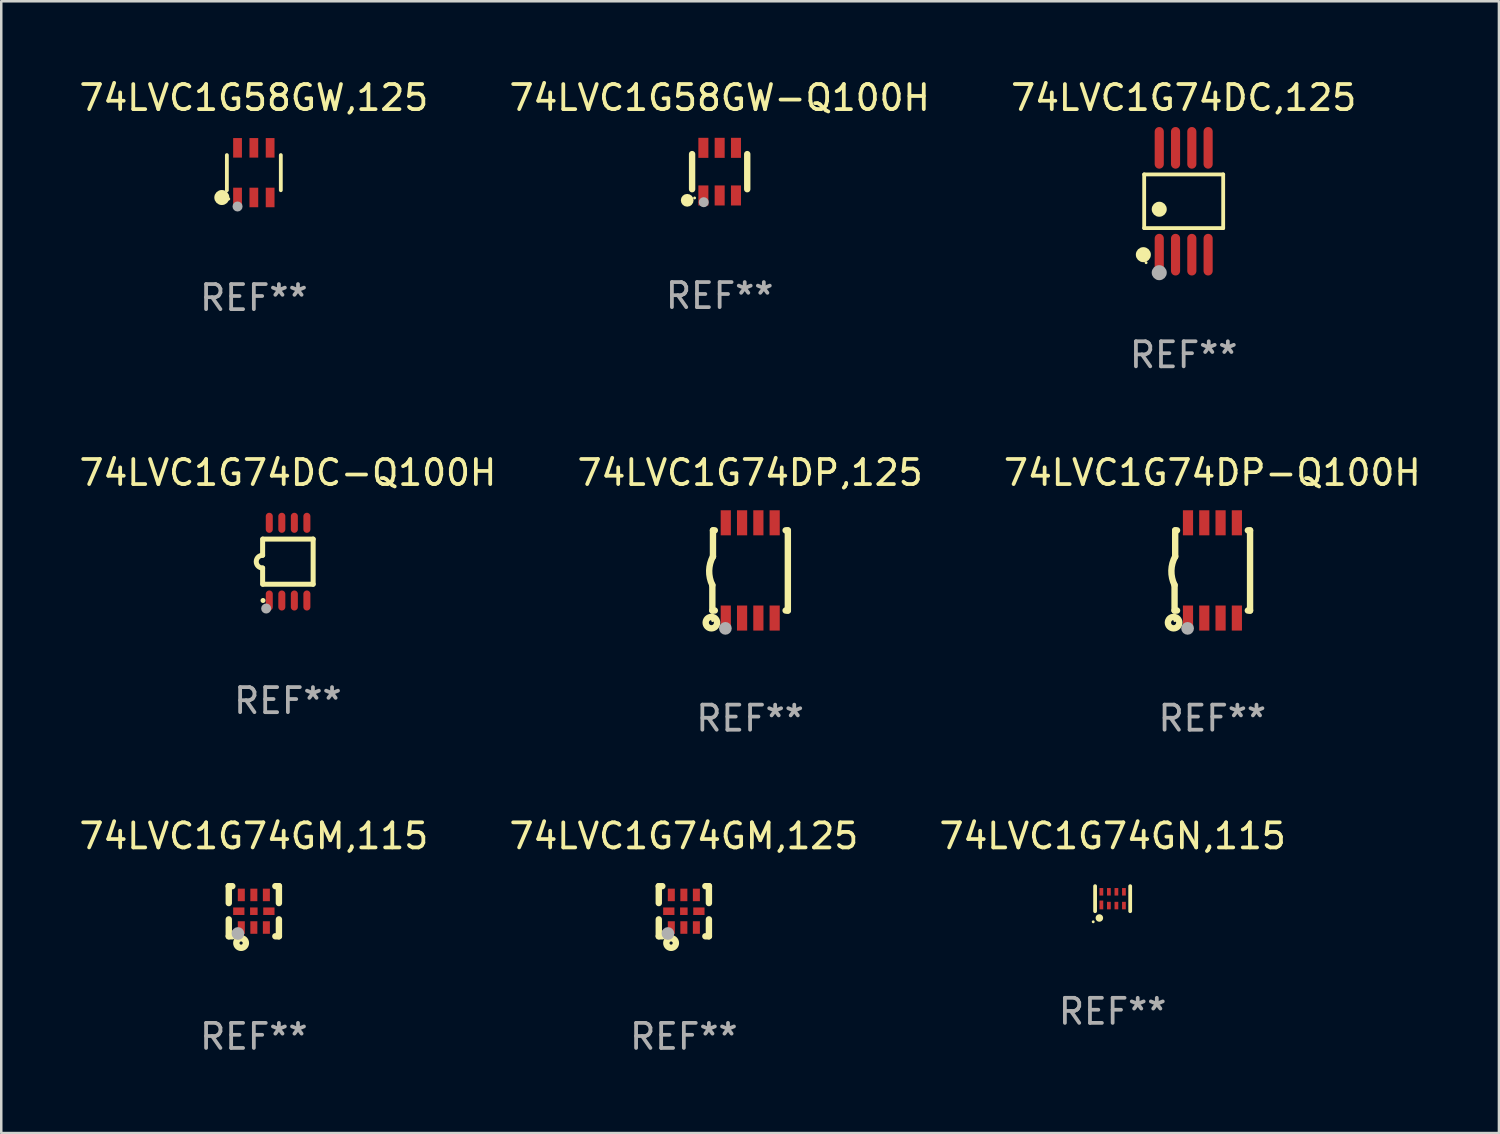
<source format=kicad_pcb>
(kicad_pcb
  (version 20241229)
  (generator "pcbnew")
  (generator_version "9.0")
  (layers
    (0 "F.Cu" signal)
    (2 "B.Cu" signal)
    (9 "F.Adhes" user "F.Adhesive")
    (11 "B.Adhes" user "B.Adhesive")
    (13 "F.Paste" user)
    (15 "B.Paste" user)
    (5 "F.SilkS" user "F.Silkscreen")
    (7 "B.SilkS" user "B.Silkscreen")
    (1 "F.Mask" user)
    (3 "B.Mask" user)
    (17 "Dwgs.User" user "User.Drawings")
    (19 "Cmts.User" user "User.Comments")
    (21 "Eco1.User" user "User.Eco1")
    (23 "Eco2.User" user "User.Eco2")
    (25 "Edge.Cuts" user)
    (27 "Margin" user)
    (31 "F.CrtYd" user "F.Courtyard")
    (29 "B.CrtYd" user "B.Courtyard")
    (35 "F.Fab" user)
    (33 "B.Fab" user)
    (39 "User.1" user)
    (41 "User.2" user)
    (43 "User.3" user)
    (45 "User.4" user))
  (footprint "74LVC1G74DC,125"
    (layer "F.Cu")
    (at 44.173 4.979)
    (property "Reference" "74LVC1G74DC,125" (at 0 -4.131 0) (layer "F.SilkS") (effects (font (size 1 1) (thickness 0.15))))
    (attr through_hole)
    (fp_line (start -1.576 -1.071) (end 1.576 -1.071) (stroke (width 0.152) (type solid)) (layer "F.SilkS"))
    (fp_line (start -1.576 1.071) (end -1.576 -1.071) (stroke (width 0.152) (type solid)) (layer "F.SilkS"))
    (fp_line (start 1.576 -1.071) (end 1.576 1.071) (stroke (width 0.152) (type solid)) (layer "F.SilkS"))
    (fp_line (start 1.576 1.071) (end -1.576 1.071) (stroke (width 0.152) (type solid)) (layer "F.SilkS"))
    (fp_circle (center -1.609 2.131) (end -1.459 2.131) (stroke (width 0.3) (type solid)) (fill no) (layer "F.SilkS"))
    (fp_circle (center -1.5 2.45) (end -1.47 2.45) (stroke (width 0.06) (type solid)) (fill no) (layer "F.SilkS"))
    (fp_circle (center -0.975 0.319) (end -0.825 0.319) (stroke (width 0.3) (type solid)) (fill no) (layer "F.SilkS"))
    (fp_circle (center -0.975 2.85) (end -0.825 2.85) (stroke (width 0.3) (type solid)) (fill no) (layer "F.Fab"))
    (fp_text user "REF**" (at 0 6.131 0) (layer "F.Fab") (effects (font (size 1 1) (thickness 0.15))))
    (pad "1" smd oval (at -0.975 2.131) (size 0.364 1.662) (layers "F.Cu" "F.Mask" "F.Paste"))
    (pad "2" smd oval (at -0.325 2.131) (size 0.364 1.662) (layers "F.Cu" "F.Mask" "F.Paste"))
    (pad "3" smd oval (at 0.325 2.131) (size 0.364 1.662) (layers "F.Cu" "F.Mask" "F.Paste"))
    (pad "4" smd oval (at 0.975 2.131) (size 0.364 1.662) (layers "F.Cu" "F.Mask" "F.Paste"))
    (pad "5" smd oval (at 0.975 -2.131) (size 0.364 1.662) (layers "F.Cu" "F.Mask" "F.Paste"))
    (pad "6" smd oval (at 0.325 -2.131) (size 0.364 1.662) (layers "F.Cu" "F.Mask" "F.Paste"))
    (pad "7" smd oval (at -0.325 -2.131) (size 0.364 1.662) (layers "F.Cu" "F.Mask" "F.Paste"))
    (pad "8" smd oval (at -0.975 -2.131) (size 0.364 1.662) (layers "F.Cu" "F.Mask" "F.Paste")))
  (footprint "74LVC1G74GN,115"
    (layer "F.Cu")
    (at 41.339 32.803)
    (property "Reference" "74LVC1G74GN,115" (at 0 -2.5 0) (layer "F.SilkS") (effects (font (size 1 1) (thickness 0.15))))
    (attr through_hole)
    (fp_line (start -0.7 -0.5) (end -0.7 0.5) (stroke (width 0.15) (type solid)) (layer "F.SilkS"))
    (fp_line (start 0.7 -0.5) (end 0.7 0.5) (stroke (width 0.15) (type solid)) (layer "F.SilkS"))
    (fp_circle (center -0.775 0.922) (end -0.745 0.922) (stroke (width 0.06) (type solid)) (fill no) (layer "F.SilkS"))
    (fp_circle (center -0.53 0.77) (end -0.454 0.77) (stroke (width 0.15) (type solid)) (fill no) (layer "F.SilkS"))
    (fp_text user "REF**" (at 0 4.5 0) (layer "F.Fab") (effects (font (size 1 1) (thickness 0.15))))
    (pad "1" smd rect (at -0.45 0.25) (size 0.15 0.35) (layers "F.Cu" "F.Mask" "F.Paste"))
    (pad "2" smd rect (at -0.15 0.275) (size 0.15 0.3) (layers "F.Cu" "F.Mask" "F.Paste"))
    (pad "3" smd rect (at 0.15 0.275) (size 0.15 0.3) (layers "F.Cu" "F.Mask" "F.Paste"))
    (pad "4" smd rect (at 0.45 0.275) (size 0.15 0.3) (layers "F.Cu" "F.Mask" "F.Paste"))
    (pad "5" smd rect (at 0.45 -0.275) (size 0.15 0.3) (layers "F.Cu" "F.Mask" "F.Paste"))
    (pad "6" smd rect (at 0.15 -0.275) (size 0.15 0.3) (layers "F.Cu" "F.Mask" "F.Paste"))
    (pad "7" smd rect (at -0.15 -0.275) (size 0.15 0.3) (layers "F.Cu" "F.Mask" "F.Paste"))
    (pad "8" smd rect (at -0.45 -0.275) (size 0.15 0.3) (layers "F.Cu" "F.Mask" "F.Paste")))
  (footprint "74LVC1G74DP-Q100H"
    (layer "F.Cu")
    (at 45.315 19.707)
    (property "Reference" "74LVC1G74DP-Q100H" (at 0 -3.9 0) (layer "F.SilkS") (effects (font (size 1 1) (thickness 0.15))))
    (attr through_hole)
    (fp_line (start -1.506 1.6) (end -1.506 0.584) (stroke (width 0.254) (type solid)) (layer "F.SilkS"))
    (fp_line (start -1.506 1.6) (end -1.407 1.6) (stroke (width 0.254) (type solid)) (layer "F.SilkS"))
    (fp_line (start -1.481 -1.599) (end -1.481 -0.549) (stroke (width 0.254) (type solid)) (layer "F.SilkS"))
    (fp_line (start -1.481 -1.599) (end -1.407 -1.599) (stroke (width 0.254) (type solid)) (layer "F.SilkS"))
    (fp_line (start 1.417 -1.599) (end 1.506 -1.599) (stroke (width 0.254) (type solid)) (layer "F.SilkS"))
    (fp_line (start 1.417 1.6) (end 1.506 1.6) (stroke (width 0.254) (type solid)) (layer "F.SilkS"))
    (fp_line (start 1.506 1.603) (end 1.506 -1.595) (stroke (width 0.254) (type solid)) (layer "F.SilkS"))
    (fp_arc (start -1.506223 0.584328) (mid -1.632455 0.00974) (end -1.480823 -0.558674) (stroke (width 0.254001) (type solid)) (layer "F.SilkS"))
    (fp_circle (center -1.544 2.083) (end -1.443 2.083) (stroke (width 0.254) (type solid)) (fill no) (layer "F.SilkS"))
    (fp_circle (center -1.495 2) (end -1.465 2) (stroke (width 0.06) (type solid)) (fill no) (layer "F.SilkS"))
    (fp_circle (center -0.986 2.312) (end -0.859 2.312) (stroke (width 0.254) (type solid)) (fill no) (layer "F.Fab"))
    (fp_text user "REF**" (at 0 5.9 0) (layer "F.Fab") (effects (font (size 1 1) (thickness 0.15))))
    (pad "1" smd rect (at -0.97 1.9 90) (size 1 0.406) (layers "F.Cu" "F.Mask" "F.Paste"))
    (pad "2" smd rect (at -0.32 1.9 90) (size 1 0.406) (layers "F.Cu" "F.Mask" "F.Paste"))
    (pad "3" smd rect (at 0.33 1.9 90) (size 1 0.406) (layers "F.Cu" "F.Mask" "F.Paste"))
    (pad "4" smd rect (at 0.98 1.9 90) (size 1 0.406) (layers "F.Cu" "F.Mask" "F.Paste"))
    (pad "5" smd rect (at 0.98 -1.9 90) (size 1 0.406) (layers "F.Cu" "F.Mask" "F.Paste"))
    (pad "6" smd rect (at 0.33 -1.9 90) (size 1 0.406) (layers "F.Cu" "F.Mask" "F.Paste"))
    (pad "7" smd rect (at -0.32 -1.9 90) (size 1 0.406) (layers "F.Cu" "F.Mask" "F.Paste"))
    (pad "8" smd rect (at -0.97 -1.9 90) (size 1 0.406) (layers "F.Cu" "F.Mask" "F.Paste")))
  (footprint "74LVC1G74DC-Q100H"
    (layer "F.Cu")
    (at 8.435 19.357)
    (property "Reference" "74LVC1G74DC-Q100H" (at 0 -3.55 0) (layer "F.SilkS") (effects (font (size 1 1) (thickness 0.15))))
    (attr through_hole)
    (fp_line (start -1.008 -0.254) (end -1.008 -0.9) (stroke (width 0.2) (type solid)) (layer "F.SilkS"))
    (fp_line (start -1.008 0.254) (end -1.008 0.9) (stroke (width 0.2) (type solid)) (layer "F.SilkS"))
    (fp_line (start -0.992 0.9) (end 1.008 0.9) (stroke (width 0.2) (type solid)) (layer "F.SilkS"))
    (fp_line (start 1.008 -0.9) (end -0.992 -0.9) (stroke (width 0.2) (type solid)) (layer "F.SilkS"))
    (fp_line (start 1.008 0.9) (end 1.008 -0.9) (stroke (width 0.2) (type solid)) (layer "F.SilkS"))
    (fp_arc (start -1.008001 0.254001) (mid -1.262002 0) (end -1.008001 -0.254001) (stroke (width 0.2) (type solid)) (layer "F.SilkS"))
    (fp_circle (center -0.992 1.55) (end -0.942 1.55) (stroke (width 0.1) (type solid)) (fill no) (layer "F.SilkS"))
    (fp_circle (center -0.866 1.87) (end -0.766 1.87) (stroke (width 0.2) (type solid)) (fill no) (layer "F.Fab"))
    (fp_text user "REF**" (at 0 5.55 0) (layer "F.Fab") (effects (font (size 1 1) (thickness 0.15))))
    (pad "1" smd oval (at -0.742 1.55 270) (size 0.8 0.28) (layers "F.Cu" "F.Mask" "F.Paste"))
    (pad "2" smd oval (at -0.242 1.55 270) (size 0.8 0.28) (layers "F.Cu" "F.Mask" "F.Paste"))
    (pad "3" smd oval (at 0.258 1.55 270) (size 0.8 0.28) (layers "F.Cu" "F.Mask" "F.Paste"))
    (pad "4" smd oval (at 0.758 1.55 270) (size 0.8 0.28) (layers "F.Cu" "F.Mask" "F.Paste"))
    (pad "5" smd oval (at 0.758 -1.55 270) (size 0.8 0.28) (layers "F.Cu" "F.Mask" "F.Paste"))
    (pad "6" smd oval (at 0.258 -1.55 270) (size 0.8 0.28) (layers "F.Cu" "F.Mask" "F.Paste"))
    (pad "7" smd oval (at -0.242 -1.55 270) (size 0.8 0.28) (layers "F.Cu" "F.Mask" "F.Paste"))
    (pad "8" smd oval (at -0.742 -1.55 270) (size 0.8 0.28) (layers "F.Cu" "F.Mask" "F.Paste")))
  (footprint "74LVC1G74GM,125"
    (layer "F.Cu")
    (at 24.232 33.303)
    (property "Reference" "74LVC1G74GM,125" (at 0 -3 0) (layer "F.SilkS") (effects (font (size 1 1) (thickness 0.15))))
    (attr through_hole)
    (fp_line (start -1 -1) (end -0.858 -1) (stroke (width 0.254) (type solid)) (layer "F.SilkS"))
    (fp_line (start -1 -0.325) (end -1 -1) (stroke (width 0.254) (type solid)) (layer "F.SilkS"))
    (fp_line (start -1 1) (end -1 0.325) (stroke (width 0.254) (type solid)) (layer "F.SilkS"))
    (fp_line (start -0.858 1) (end -1 1) (stroke (width 0.254) (type solid)) (layer "F.SilkS"))
    (fp_line (start 0.858 -1) (end 1 -1) (stroke (width 0.254) (type solid)) (layer "F.SilkS"))
    (fp_line (start 1 -1) (end 1 -0.325) (stroke (width 0.254) (type solid)) (layer "F.SilkS"))
    (fp_line (start 1 0.325) (end 1 1) (stroke (width 0.254) (type solid)) (layer "F.SilkS"))
    (fp_line (start 1 1) (end 0.858 1) (stroke (width 0.254) (type solid)) (layer "F.SilkS"))
    (fp_circle (center -0.8 0.8) (end -0.77 0.8) (stroke (width 0.06) (type solid)) (fill no) (layer "F.SilkS"))
    (fp_circle (center -0.508 1.27) (end -0.444 1.27) (stroke (width 0.254) (type solid)) (fill no) (layer "F.SilkS"))
    (fp_circle (center -0.635 0.889) (end -0.508 0.889) (stroke (width 0.254) (type solid)) (fill no) (layer "F.Fab"))
    (fp_text user "REF**" (at 0 5 0) (layer "F.Fab") (effects (font (size 1 1) (thickness 0.15))))
    (pad "1" smd rect (at -0.5 0.65 90) (size 0.5 0.28) (layers "F.Cu" "F.Mask" "F.Paste"))
    (pad "2" smd rect (at 0.000013 0.65 90) (size 0.5 0.28) (layers "F.Cu" "F.Mask" "F.Paste"))
    (pad "3" smd rect (at 0.5 0.65 90) (size 0.5 0.28) (layers "F.Cu" "F.Mask" "F.Paste"))
    (pad "4" smd rect (at 0.6 0.000076 180) (size 0.45 0.3) (layers "F.Cu" "F.Mask" "F.Paste"))
    (pad "5" smd rect (at 0.5 -0.65 90) (size 0.5 0.28) (layers "F.Cu" "F.Mask" "F.Paste"))
    (pad "6" smd rect (at 0.000013 -0.65 90) (size 0.5 0.28) (layers "F.Cu" "F.Mask" "F.Paste"))
    (pad "7" smd rect (at -0.5 -0.65 90) (size 0.5 0.28) (layers "F.Cu" "F.Mask" "F.Paste"))
    (pad "8" smd rect (at -0.6 0.000076 180) (size 0.45 0.3) (layers "F.Cu" "F.Mask" "F.Paste"))
    (pad "9" smd rect (at 0.000013 0.000076 180) (size 0.3 0.3) (layers "F.Cu" "F.Mask" "F.Paste")))
  (footprint "74LVC1G74DP,125"
    (layer "F.Cu")
    (at 26.875 19.707)
    (property "Reference" "74LVC1G74DP,125" (at 0 -3.9 0) (layer "F.SilkS") (effects (font (size 1 1) (thickness 0.15))))
    (attr through_hole)
    (fp_line (start -1.506 1.6) (end -1.506 0.584) (stroke (width 0.254) (type solid)) (layer "F.SilkS"))
    (fp_line (start -1.506 1.6) (end -1.407 1.6) (stroke (width 0.254) (type solid)) (layer "F.SilkS"))
    (fp_line (start -1.481 -1.599) (end -1.481 -0.549) (stroke (width 0.254) (type solid)) (layer "F.SilkS"))
    (fp_line (start -1.481 -1.599) (end -1.407 -1.599) (stroke (width 0.254) (type solid)) (layer "F.SilkS"))
    (fp_line (start 1.417 -1.599) (end 1.506 -1.599) (stroke (width 0.254) (type solid)) (layer "F.SilkS"))
    (fp_line (start 1.417 1.6) (end 1.506 1.6) (stroke (width 0.254) (type solid)) (layer "F.SilkS"))
    (fp_line (start 1.506 1.603) (end 1.506 -1.595) (stroke (width 0.254) (type solid)) (layer "F.SilkS"))
    (fp_arc (start -1.506223 0.584328) (mid -1.632455 0.00974) (end -1.480823 -0.558674) (stroke (width 0.254001) (type solid)) (layer "F.SilkS"))
    (fp_circle (center -1.544 2.083) (end -1.443 2.083) (stroke (width 0.254) (type solid)) (fill no) (layer "F.SilkS"))
    (fp_circle (center -1.495 2) (end -1.465 2) (stroke (width 0.06) (type solid)) (fill no) (layer "F.SilkS"))
    (fp_circle (center -0.986 2.312) (end -0.859 2.312) (stroke (width 0.254) (type solid)) (fill no) (layer "F.Fab"))
    (fp_text user "REF**" (at 0 5.9 0) (layer "F.Fab") (effects (font (size 1 1) (thickness 0.15))))
    (pad "1" smd rect (at -0.97 1.9 90) (size 1 0.406) (layers "F.Cu" "F.Mask" "F.Paste"))
    (pad "2" smd rect (at -0.32 1.9 90) (size 1 0.406) (layers "F.Cu" "F.Mask" "F.Paste"))
    (pad "3" smd rect (at 0.33 1.9 90) (size 1 0.406) (layers "F.Cu" "F.Mask" "F.Paste"))
    (pad "4" smd rect (at 0.98 1.9 90) (size 1 0.406) (layers "F.Cu" "F.Mask" "F.Paste"))
    (pad "5" smd rect (at 0.98 -1.9 90) (size 1 0.406) (layers "F.Cu" "F.Mask" "F.Paste"))
    (pad "6" smd rect (at 0.33 -1.9 90) (size 1 0.406) (layers "F.Cu" "F.Mask" "F.Paste"))
    (pad "7" smd rect (at -0.32 -1.9 90) (size 1 0.406) (layers "F.Cu" "F.Mask" "F.Paste"))
    (pad "8" smd rect (at -0.97 -1.9 90) (size 1 0.406) (layers "F.Cu" "F.Mask" "F.Paste")))
  (footprint "74LVC1G58GW,125"
    (layer "F.Cu")
    (at 7.077 3.838)
    (property "Reference" "74LVC1G58GW,125" (at 0 -2.99 0) (layer "F.SilkS") (effects (font (size 1 1) (thickness 0.15))))
    (attr through_hole)
    (fp_line (start -1.076 0.701) (end -1.076 -0.701) (stroke (width 0.152) (type solid)) (layer "F.SilkS"))
    (fp_line (start 1.076 0.701) (end 1.076 -0.701) (stroke (width 0.152) (type solid)) (layer "F.SilkS"))
    (fp_circle (center -1.277 0.992) (end -1.127 0.992) (stroke (width 0.3) (type solid)) (fill no) (layer "F.SilkS"))
    (fp_circle (center -1 1.05) (end -0.97 1.05) (stroke (width 0.06) (type solid)) (fill no) (layer "F.SilkS"))
    (fp_circle (center -0.65 1.35) (end -0.55 1.35) (stroke (width 0.2) (type solid)) (fill no) (layer "F.Fab"))
    (fp_text user "REF**" (at 0 4.99 0) (layer "F.Fab") (effects (font (size 1 1) (thickness 0.15))))
    (pad "1" smd rect (at -0.65 0.99) (size 0.35 0.78) (layers "F.Cu" "F.Mask" "F.Paste"))
    (pad "2" smd rect (at 0 0.99) (size 0.35 0.78) (layers "F.Cu" "F.Mask" "F.Paste"))
    (pad "3" smd rect (at 0.65 0.99) (size 0.35 0.78) (layers "F.Cu" "F.Mask" "F.Paste"))
    (pad "4" smd rect (at 0.65 -0.99) (size 0.35 0.78) (layers "F.Cu" "F.Mask" "F.Paste"))
    (pad "5" smd rect (at 0 -0.99) (size 0.35 0.78) (layers "F.Cu" "F.Mask" "F.Paste"))
    (pad "6" smd rect (at -0.65 -0.99) (size 0.35 0.78) (layers "F.Cu" "F.Mask" "F.Paste")))
  (footprint "74LVC1G58GW-Q100H"
    (layer "F.Cu")
    (at 25.661 3.798)
    (property "Reference" "74LVC1G58GW-Q100H" (at 0 -2.95 0) (layer "F.SilkS") (effects (font (size 1 1) (thickness 0.15))))
    (attr through_hole)
    (fp_line (start -1.1 -0.7) (end -1.1 0.7) (stroke (width 0.254) (type solid)) (layer "F.SilkS"))
    (fp_line (start 1.1 -0.7) (end 1.1 0.7) (stroke (width 0.254) (type solid)) (layer "F.SilkS"))
    (fp_circle (center -1.295 1.143) (end -1.168 1.143) (stroke (width 0.254) (type solid)) (fill no) (layer "F.SilkS"))
    (fp_circle (center -1 1.05) (end -0.97 1.05) (stroke (width 0.06) (type solid)) (fill no) (layer "F.SilkS"))
    (fp_circle (center -0.635 1.219) (end -0.535 1.219) (stroke (width 0.2) (type solid)) (fill no) (layer "F.Fab"))
    (fp_text user "REF**" (at 0 4.95 0) (layer "F.Fab") (effects (font (size 1 1) (thickness 0.15))))
    (pad "1" smd rect (at -0.65 0.95) (size 0.4 0.8) (layers "F.Cu" "F.Mask" "F.Paste"))
    (pad "2" smd rect (at 0 0.95) (size 0.4 0.8) (layers "F.Cu" "F.Mask" "F.Paste"))
    (pad "3" smd rect (at 0.65 0.95) (size 0.4 0.8) (layers "F.Cu" "F.Mask" "F.Paste"))
    (pad "4" smd rect (at 0.65 -0.95) (size 0.4 0.8) (layers "F.Cu" "F.Mask" "F.Paste"))
    (pad "5" smd rect (at 0 -0.95) (size 0.4 0.8) (layers "F.Cu" "F.Mask" "F.Paste"))
    (pad "6" smd rect (at -0.65 -0.95) (size 0.4 0.8) (layers "F.Cu" "F.Mask" "F.Paste")))
  (footprint "74LVC1G74GM,115"
    (layer "F.Cu")
    (at 7.077 33.303)
    (property "Reference" "74LVC1G74GM,115" (at 0 -3 0) (layer "F.SilkS") (effects (font (size 1 1) (thickness 0.15))))
    (attr through_hole)
    (fp_line (start -1 -1) (end -0.858 -1) (stroke (width 0.254) (type solid)) (layer "F.SilkS"))
    (fp_line (start -1 -0.325) (end -1 -1) (stroke (width 0.254) (type solid)) (layer "F.SilkS"))
    (fp_line (start -1 1) (end -1 0.325) (stroke (width 0.254) (type solid)) (layer "F.SilkS"))
    (fp_line (start -0.858 1) (end -1 1) (stroke (width 0.254) (type solid)) (layer "F.SilkS"))
    (fp_line (start 0.858 -1) (end 1 -1) (stroke (width 0.254) (type solid)) (layer "F.SilkS"))
    (fp_line (start 1 -1) (end 1 -0.325) (stroke (width 0.254) (type solid)) (layer "F.SilkS"))
    (fp_line (start 1 0.325) (end 1 1) (stroke (width 0.254) (type solid)) (layer "F.SilkS"))
    (fp_line (start 1 1) (end 0.858 1) (stroke (width 0.254) (type solid)) (layer "F.SilkS"))
    (fp_circle (center -0.8 0.8) (end -0.77 0.8) (stroke (width 0.06) (type solid)) (fill no) (layer "F.SilkS"))
    (fp_circle (center -0.508 1.27) (end -0.444 1.27) (stroke (width 0.254) (type solid)) (fill no) (layer "F.SilkS"))
    (fp_circle (center -0.635 0.889) (end -0.508 0.889) (stroke (width 0.254) (type solid)) (fill no) (layer "F.Fab"))
    (fp_text user "REF**" (at 0 5 0) (layer "F.Fab") (effects (font (size 1 1) (thickness 0.15))))
    (pad "1" smd rect (at -0.5 0.65 90) (size 0.5 0.28) (layers "F.Cu" "F.Mask" "F.Paste"))
    (pad "2" smd rect (at 0.000013 0.65 90) (size 0.5 0.28) (layers "F.Cu" "F.Mask" "F.Paste"))
    (pad "3" smd rect (at 0.5 0.65 90) (size 0.5 0.28) (layers "F.Cu" "F.Mask" "F.Paste"))
    (pad "4" smd rect (at 0.6 0.000076 180) (size 0.45 0.3) (layers "F.Cu" "F.Mask" "F.Paste"))
    (pad "5" smd rect (at 0.5 -0.65 90) (size 0.5 0.28) (layers "F.Cu" "F.Mask" "F.Paste"))
    (pad "6" smd rect (at 0.000013 -0.65 90) (size 0.5 0.28) (layers "F.Cu" "F.Mask" "F.Paste"))
    (pad "7" smd rect (at -0.5 -0.65 90) (size 0.5 0.28) (layers "F.Cu" "F.Mask" "F.Paste"))
    (pad "8" smd rect (at -0.6 0.000076 180) (size 0.45 0.3) (layers "F.Cu" "F.Mask" "F.Paste"))
    (pad "9" smd rect (at 0.000013 0.000076 180) (size 0.3 0.3) (layers "F.Cu" "F.Mask" "F.Paste")))
  (gr_rect
    (start -3 -3)
    (end 56.75 42.152)
    (stroke (width 0.1) (type default))
    (fill no)
    (layer "Edge.Cuts")))
</source>
